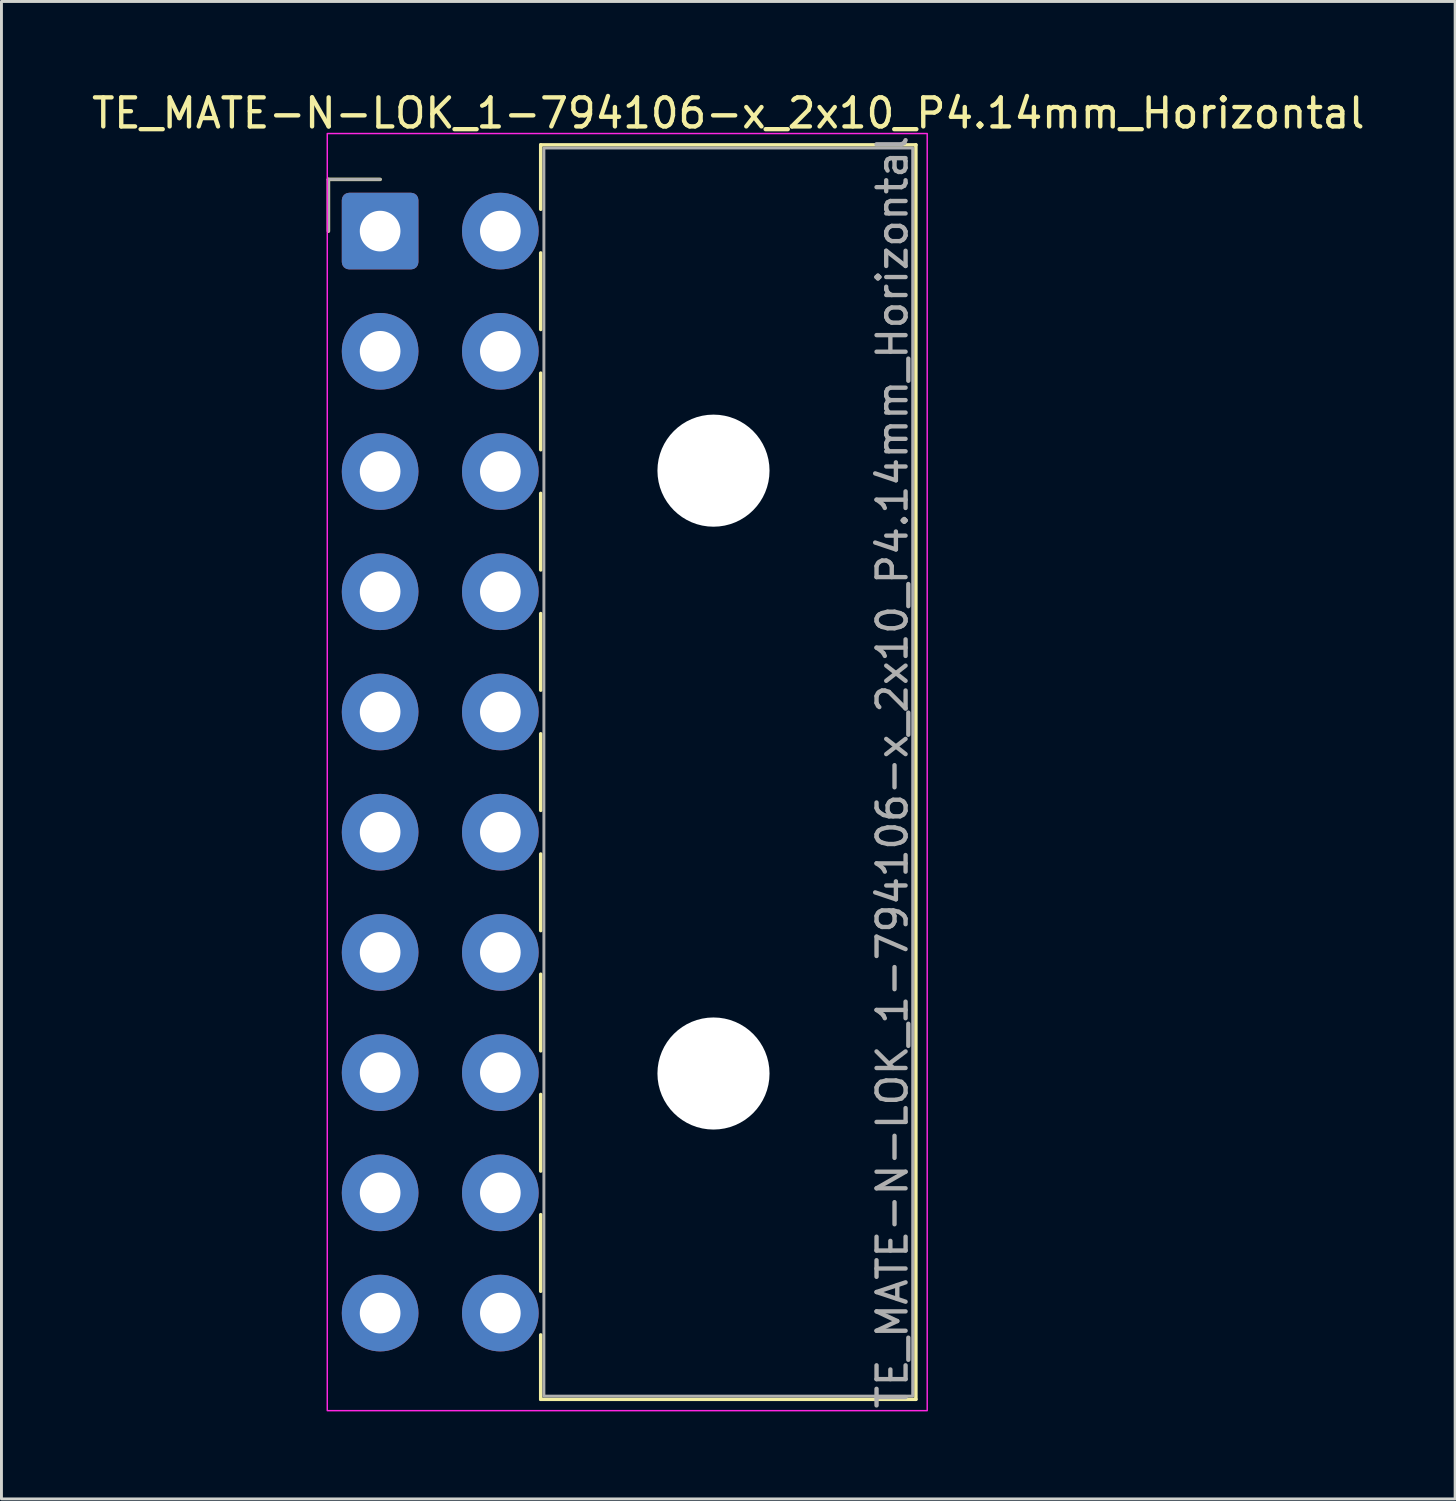
<source format=kicad_pcb>
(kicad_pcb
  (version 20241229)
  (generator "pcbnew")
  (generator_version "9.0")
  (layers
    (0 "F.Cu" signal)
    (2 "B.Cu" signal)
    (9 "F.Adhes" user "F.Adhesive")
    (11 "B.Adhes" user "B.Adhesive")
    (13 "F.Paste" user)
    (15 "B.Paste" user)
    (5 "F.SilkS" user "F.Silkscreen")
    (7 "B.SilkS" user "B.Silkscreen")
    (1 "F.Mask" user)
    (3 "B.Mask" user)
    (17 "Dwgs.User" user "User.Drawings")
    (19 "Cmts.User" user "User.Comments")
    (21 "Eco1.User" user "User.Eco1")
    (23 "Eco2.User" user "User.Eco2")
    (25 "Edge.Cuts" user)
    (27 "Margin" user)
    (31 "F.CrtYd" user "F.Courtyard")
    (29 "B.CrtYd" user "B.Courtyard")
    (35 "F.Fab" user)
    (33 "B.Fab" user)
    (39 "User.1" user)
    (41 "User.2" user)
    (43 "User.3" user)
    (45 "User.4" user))
  (footprint "TE_MATE-N-LOK_1-794106-x_2x10_P4.14mm_Horizontal"
    (layer "F.Cu")
    (at 10.04 4.908)
    (property "Reference" "TE_MATE-N-LOK_1-794106-x_2x10_P4.14mm_Horizontal" (at 11.99 -4.06 0) (layer "F.SilkS") (effects (font (size 1 1) (thickness 0.15))))
    (attr through_hole)
    (fp_line (start -1.78 -1.78) (end -1.78 0) (stroke (width 0.12) (type solid)) (layer "F.SilkS"))
    (fp_line (start 0 -1.78) (end -1.78 -1.78) (stroke (width 0.12) (type solid)) (layer "F.SilkS"))
    (fp_line (start 5.53 -2.97) (end 18.45 -2.97) (stroke (width 0.12) (type solid)) (layer "F.SilkS"))
    (fp_line (start 5.53 -0.751) (end 5.53 -2.97) (stroke (width 0.12) (type solid)) (layer "F.SilkS"))
    (fp_line (start 5.53 0.751) (end 5.53 3.389) (stroke (width 0.12) (type solid)) (layer "F.SilkS"))
    (fp_line (start 5.53 4.891) (end 5.53 7.529) (stroke (width 0.12) (type solid)) (layer "F.SilkS"))
    (fp_line (start 5.53 9.031) (end 5.53 11.669) (stroke (width 0.12) (type solid)) (layer "F.SilkS"))
    (fp_line (start 5.53 13.171) (end 5.53 15.809) (stroke (width 0.12) (type solid)) (layer "F.SilkS"))
    (fp_line (start 5.53 17.311) (end 5.53 19.949) (stroke (width 0.12) (type solid)) (layer "F.SilkS"))
    (fp_line (start 5.53 21.451) (end 5.53 24.089) (stroke (width 0.12) (type solid)) (layer "F.SilkS"))
    (fp_line (start 5.53 25.591) (end 5.53 28.229) (stroke (width 0.12) (type solid)) (layer "F.SilkS"))
    (fp_line (start 5.53 29.731) (end 5.53 32.369) (stroke (width 0.12) (type solid)) (layer "F.SilkS"))
    (fp_line (start 5.53 33.871) (end 5.53 36.509) (stroke (width 0.12) (type solid)) (layer "F.SilkS"))
    (fp_line (start 5.53 40.23) (end 5.53 38.011) (stroke (width 0.12) (type solid)) (layer "F.SilkS"))
    (fp_line (start 18.45 -2.97) (end 18.45 40.23) (stroke (width 0.12) (type solid)) (layer "F.SilkS"))
    (fp_line (start 18.45 40.23) (end 5.53 40.23) (stroke (width 0.12) (type solid)) (layer "F.SilkS"))
    (fp_rect (start -1.82 -3.36) (end 18.84 40.62) (stroke (width 0.05) (type solid)) (fill no) (layer "F.CrtYd"))
    (fp_line (start -1.78 -1.78) (end -1.78 0) (stroke (width 0.1) (type solid)) (layer "F.Fab"))
    (fp_line (start 0 -1.78) (end -1.78 -1.78) (stroke (width 0.1) (type solid)) (layer "F.Fab"))
    (fp_rect (start 5.64 -2.86) (end 18.34 40.12) (stroke (width 0.1) (type solid)) (fill no) (layer "F.Fab"))
    (fp_text user "${REFERENCE}" (at 17.64 18.63 90) (layer "F.Fab") (effects (font (size 1 1) (thickness 0.15))))
    (pad "" np_thru_hole circle (at 11.48 8.25) (size 3.86 3.86) (drill 3.86) (layers "*.Cu" "*.Mask"))
    (pad "" np_thru_hole circle (at 11.48 29.01) (size 3.86 3.86) (drill 3.86) (layers "*.Cu" "*.Mask"))
    (pad "1" thru_hole roundrect (at 0 0) (size 2.64 2.64) (drill 1.4) (layers "*.Cu" "*.Mask") (roundrect_rratio 0.095))
    (pad "2" thru_hole circle (at 0 4.14) (size 2.64 2.64) (drill 1.4) (layers "*.Cu" "*.Mask"))
    (pad "3" thru_hole circle (at 0 8.28) (size 2.64 2.64) (drill 1.4) (layers "*.Cu" "*.Mask"))
    (pad "4" thru_hole circle (at 0 12.42) (size 2.64 2.64) (drill 1.4) (layers "*.Cu" "*.Mask"))
    (pad "5" thru_hole circle (at 0 16.56) (size 2.64 2.64) (drill 1.4) (layers "*.Cu" "*.Mask"))
    (pad "6" thru_hole circle (at 0 20.7) (size 2.64 2.64) (drill 1.4) (layers "*.Cu" "*.Mask"))
    (pad "7" thru_hole circle (at 0 24.84) (size 2.64 2.64) (drill 1.4) (layers "*.Cu" "*.Mask"))
    (pad "8" thru_hole circle (at 0 28.98) (size 2.64 2.64) (drill 1.4) (layers "*.Cu" "*.Mask"))
    (pad "9" thru_hole circle (at 0 33.12) (size 2.64 2.64) (drill 1.4) (layers "*.Cu" "*.Mask"))
    (pad "10" thru_hole circle (at 0 37.26) (size 2.64 2.64) (drill 1.4) (layers "*.Cu" "*.Mask"))
    (pad "11" thru_hole circle (at 4.14 0) (size 2.64 2.64) (drill 1.4) (layers "*.Cu" "*.Mask"))
    (pad "12" thru_hole circle (at 4.14 4.14) (size 2.64 2.64) (drill 1.4) (layers "*.Cu" "*.Mask"))
    (pad "13" thru_hole circle (at 4.14 8.28) (size 2.64 2.64) (drill 1.4) (layers "*.Cu" "*.Mask"))
    (pad "14" thru_hole circle (at 4.14 12.42) (size 2.64 2.64) (drill 1.4) (layers "*.Cu" "*.Mask"))
    (pad "15" thru_hole circle (at 4.14 16.56) (size 2.64 2.64) (drill 1.4) (layers "*.Cu" "*.Mask"))
    (pad "16" thru_hole circle (at 4.14 20.7) (size 2.64 2.64) (drill 1.4) (layers "*.Cu" "*.Mask"))
    (pad "17" thru_hole circle (at 4.14 24.84) (size 2.64 2.64) (drill 1.4) (layers "*.Cu" "*.Mask"))
    (pad "18" thru_hole circle (at 4.14 28.98) (size 2.64 2.64) (drill 1.4) (layers "*.Cu" "*.Mask"))
    (pad "19" thru_hole circle (at 4.14 33.12) (size 2.64 2.64) (drill 1.4) (layers "*.Cu" "*.Mask"))
    (pad "20" thru_hole circle (at 4.14 37.26) (size 2.64 2.64) (drill 1.4) (layers "*.Cu" "*.Mask")))
  (gr_rect
    (start -3 -3)
    (end 47.06 48.568)
    (stroke (width 0.1) (type default))
    (fill no)
    (layer "Edge.Cuts")))
</source>
